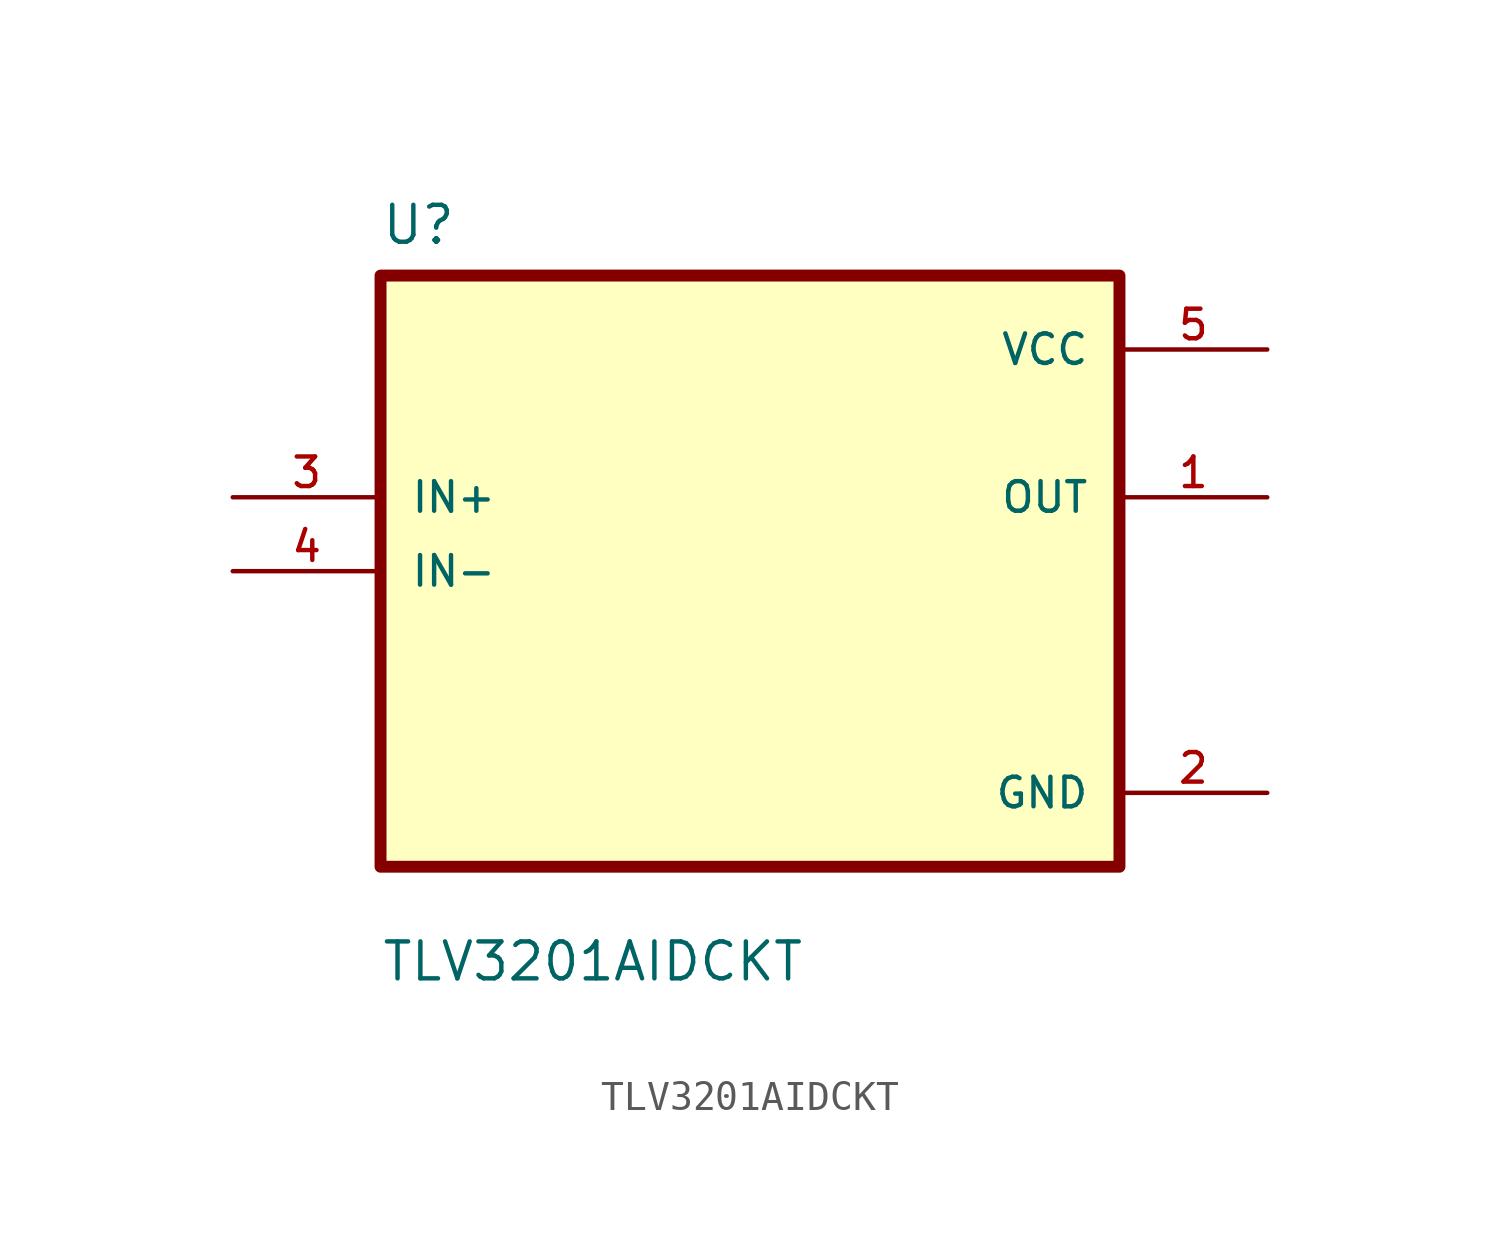
<source format=kicad_sym>
(kicad_symbol_lib
  (version 20211014)
  (generator kicad_symbol_editor)
  (symbol "TLV3201AIDCKT"
    (pin_names
      (offset 1.016))
    (property "Reference" "U"
      (at -12.7 11.16 0.0)
      (effects (font (size 1.27 1.27)) (justify bottom left)))
    (property "Value" "TLV3201AIDCKT"
      (at -12.7 -14.16 0.0)
      (effects (font (size 1.27 1.27)) (justify bottom left)))
    (symbol "TLV3201AIDCKT_0_0"
      (rectangle (start -12.7 -10.16) (end 12.7 10.16) (stroke (width 0.41)) (fill (type background)))
      (pin input line (at -17.78 2.54 0) (length 5.08) (name "IN+" (effects (font (size 1.016 1.016)))) (number "3" (effects (font (size 1.016 1.016)))))
      (pin input line (at -17.78 0.0 0) (length 5.08) (name "IN-" (effects (font (size 1.016 1.016)))) (number "4" (effects (font (size 1.016 1.016)))))
      (pin power_in line (at 17.78 7.62 180.0) (length 5.08) (name "VCC" (effects (font (size 1.016 1.016)))) (number "5" (effects (font (size 1.016 1.016)))))
      (pin output line (at 17.78 2.54 180.0) (length 5.08) (name "OUT" (effects (font (size 1.016 1.016)))) (number "1" (effects (font (size 1.016 1.016)))))
      (pin power_in line (at 17.78 -7.62 180.0) (length 5.08) (name "GND" (effects (font (size 1.016 1.016)))) (number "2" (effects (font (size 1.016 1.016))))))))
</source>
